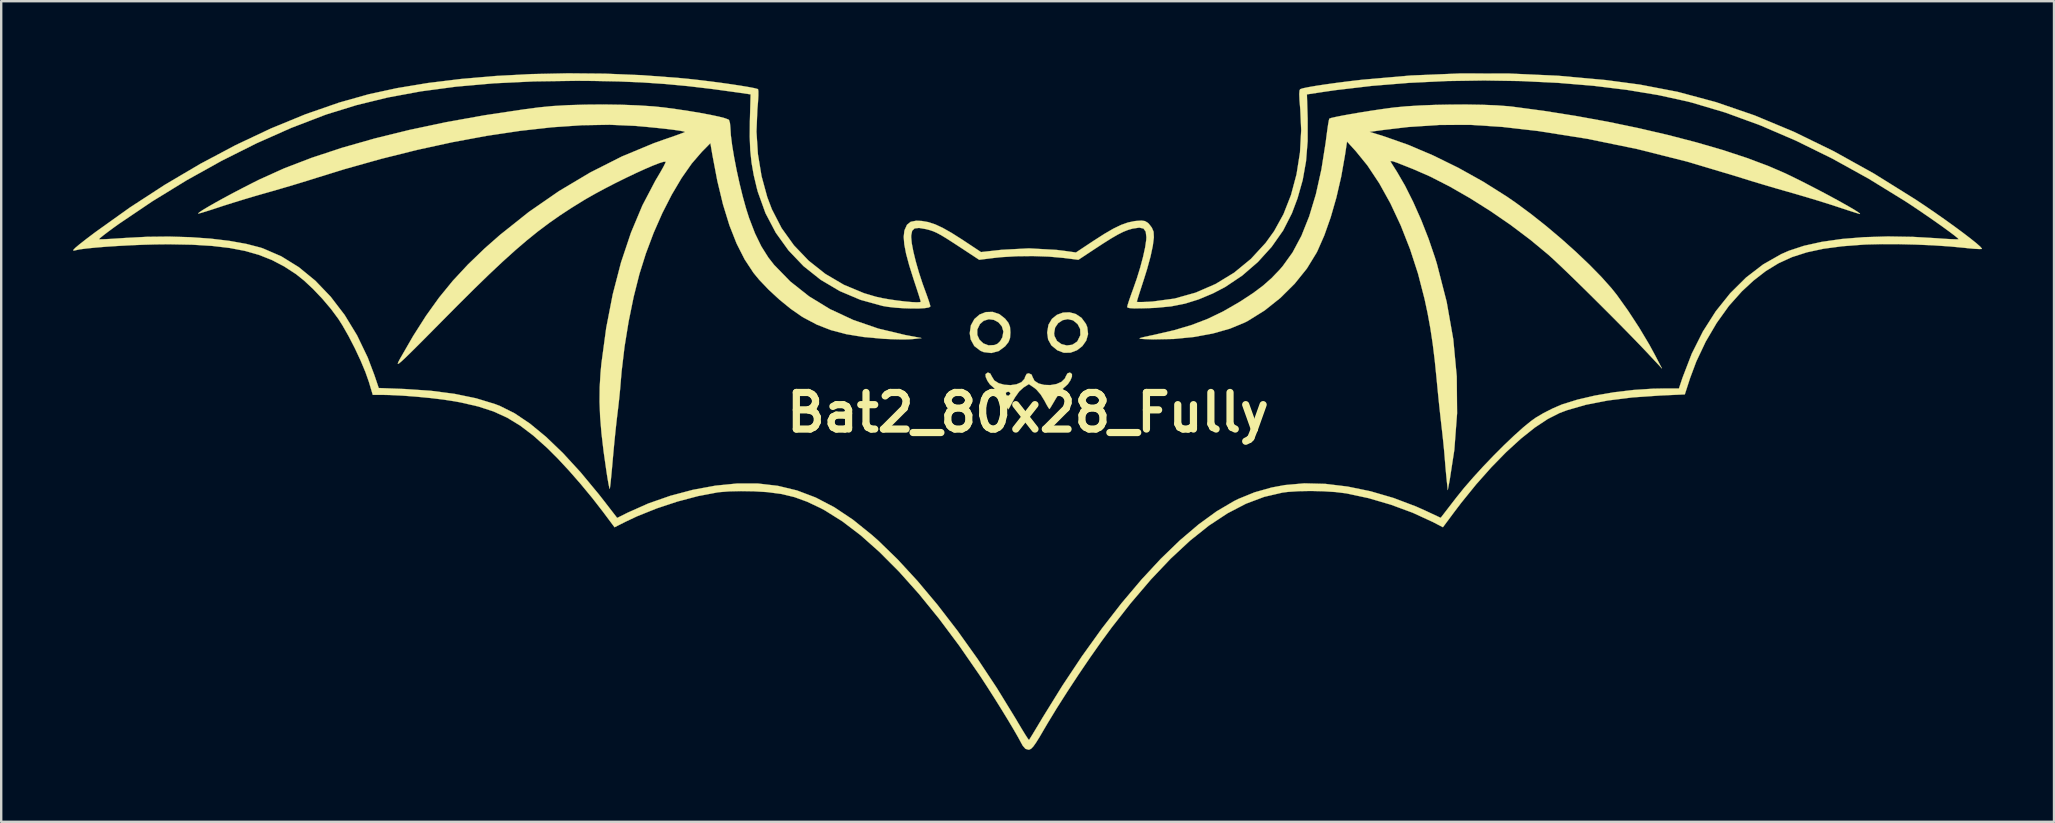
<source format=kicad_pcb>
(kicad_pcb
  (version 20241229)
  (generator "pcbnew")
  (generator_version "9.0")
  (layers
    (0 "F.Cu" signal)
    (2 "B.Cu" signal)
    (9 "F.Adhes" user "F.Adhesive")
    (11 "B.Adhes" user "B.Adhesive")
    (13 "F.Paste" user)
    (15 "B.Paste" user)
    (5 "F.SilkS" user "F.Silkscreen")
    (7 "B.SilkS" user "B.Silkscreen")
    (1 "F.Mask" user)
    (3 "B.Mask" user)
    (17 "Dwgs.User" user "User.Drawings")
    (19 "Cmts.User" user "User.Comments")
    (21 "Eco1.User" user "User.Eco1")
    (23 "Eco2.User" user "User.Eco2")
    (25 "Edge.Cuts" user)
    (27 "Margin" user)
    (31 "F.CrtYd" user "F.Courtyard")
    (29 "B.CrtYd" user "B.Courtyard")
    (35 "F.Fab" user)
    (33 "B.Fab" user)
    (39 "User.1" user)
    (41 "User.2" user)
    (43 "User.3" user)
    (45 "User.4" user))
  (footprint "Bat2_80x28_Fully"
    (layer "F.Cu")
    (at 39.782 14.137)
    (property "Reference" "Bat2_80x28_Fully" (at 0 0 0) (layer "F.SilkS") (effects (font (size 1.524 1.524) (thickness 0.3))))
    (attr through_hole)
    (fp_poly (pts (xy 1.996 -4.102) (xy 2.232 -3.943) (xy 2.414 -3.693) (xy 2.47 -3.556) (xy 2.504 -3.267) (xy 2.428 -2.998) (xy 2.266 -2.767) (xy 2.041 -2.593) (xy 1.776 -2.494) (xy 1.495 -2.488) (xy 1.224 -2.591) (xy 0.974 -2.797) (xy 0.838 -3.043) (xy 0.805 -3.297) (xy 1.088 -3.297) (xy 1.103 -3.189) (xy 1.207 -2.984) (xy 1.392 -2.85) (xy 1.618 -2.793) (xy 1.846 -2.823) (xy 2.039 -2.949) (xy 2.062 -2.976) (xy 2.182 -3.222) (xy 2.174 -3.478) (xy 2.068 -3.683) (xy 1.876 -3.84) (xy 1.658 -3.89) (xy 1.443 -3.846) (xy 1.257 -3.723) (xy 1.13 -3.536) (xy 1.088 -3.297) (xy 0.805 -3.297) (xy 0.8 -3.339) (xy 0.853 -3.655) (xy 0.997 -3.9) (xy 1.207 -4.07) (xy 1.46 -4.163) (xy 1.731 -4.174) (xy 1.996 -4.102)) (stroke (width 0.01) (type solid)) (fill yes) (layer "F.SilkS"))
    (fp_poly (pts (xy -1.188 -4.095) (xy -0.952 -3.908) (xy -0.814 -3.733) (xy -0.749 -3.568) (xy -0.733 -3.342) (xy -0.733 -3.333) (xy -0.748 -3.105) (xy -0.81 -2.938) (xy -0.946 -2.766) (xy -0.952 -2.759) (xy -1.217 -2.561) (xy -1.525 -2.478) (xy -1.846 -2.516) (xy -1.98 -2.571) (xy -2.238 -2.77) (xy -2.388 -3.046) (xy -2.427 -3.304) (xy -2.405 -3.456) (xy -2.112 -3.456) (xy -2.112 -3.231) (xy -2.02 -3.031) (xy -1.859 -2.879) (xy -1.648 -2.798) (xy -1.407 -2.81) (xy -1.271 -2.864) (xy -1.162 -2.969) (xy -1.068 -3.131) (xy -1.025 -3.373) (xy -1.087 -3.586) (xy -1.227 -3.753) (xy -1.419 -3.858) (xy -1.634 -3.886) (xy -1.847 -3.82) (xy -2.002 -3.683) (xy -2.112 -3.456) (xy -2.405 -3.456) (xy -2.379 -3.631) (xy -2.235 -3.893) (xy -2.019 -4.081) (xy -1.756 -4.184) (xy -1.471 -4.192) (xy -1.188 -4.095)) (stroke (width 0.01) (type solid)) (fill yes) (layer "F.SilkS"))
    (fp_poly (pts (xy -1.57 -1.623) (xy -1.506 -1.501) (xy -1.405 -1.336) (xy -1.22 -1.22) (xy -0.982 -1.155) (xy -0.723 -1.14) (xy -0.476 -1.176) (xy -0.273 -1.264) (xy -0.145 -1.403) (xy -0.121 -1.483) (xy -0.055 -1.609) (xy 0.033 -1.633) (xy 0.152 -1.579) (xy 0.188 -1.483) (xy 0.271 -1.32) (xy 0.444 -1.209) (xy 0.675 -1.15) (xy 0.933 -1.142) (xy 1.184 -1.185) (xy 1.397 -1.278) (xy 1.54 -1.421) (xy 1.573 -1.501) (xy 1.645 -1.63) (xy 1.747 -1.666) (xy 1.832 -1.602) (xy 1.832 -1.494) (xy 1.767 -1.338) (xy 1.662 -1.182) (xy 1.545 -1.073) (xy 1.535 -1.068) (xy 1.438 -0.977) (xy 1.306 -0.806) (xy 1.167 -0.59) (xy 1.162 -0.582) (xy 1.041 -0.376) (xy 0.947 -0.22) (xy 0.899 -0.145) (xy 0.898 -0.143) (xy 0.859 -0.185) (xy 0.78 -0.317) (xy 0.687 -0.492) (xy 0.529 -0.749) (xy 0.463 -0.826) (xy 0.808 -0.826) (xy 0.825 -0.734) (xy 0.843 -0.713) (xy 0.926 -0.699) (xy 0.993 -0.767) (xy 1 -0.804) (xy 0.946 -0.86) (xy 0.9 -0.867) (xy 0.808 -0.826) (xy 0.463 -0.826) (xy 0.348 -0.958) (xy 0.268 -1.023) (xy 0.037 -1.182) (xy -0.186 -1.041) (xy -0.368 -0.875) (xy -0.547 -0.622) (xy -0.605 -0.517) (xy -0.709 -0.321) (xy -0.786 -0.182) (xy -0.82 -0.133) (xy -0.859 -0.187) (xy -0.947 -0.327) (xy -1.065 -0.527) (xy -1.086 -0.565) (xy -1.225 -0.786) (xy -1.255 -0.826) (xy -0.925 -0.826) (xy -0.909 -0.734) (xy -0.891 -0.713) (xy -0.808 -0.699) (xy -0.74 -0.767) (xy -0.733 -0.804) (xy -0.787 -0.86) (xy -0.833 -0.867) (xy -0.925 -0.826) (xy -1.255 -0.826) (xy -1.359 -0.964) (xy -1.46 -1.063) (xy -1.466 -1.067) (xy -1.585 -1.169) (xy -1.692 -1.324) (xy -1.762 -1.482) (xy -1.769 -1.596) (xy -1.765 -1.602) (xy -1.671 -1.667) (xy -1.57 -1.623)) (stroke (width 0.01) (type solid)) (fill yes) (layer "F.SilkS"))
    (fp_poly (pts (xy 18.947 -12.82) (xy 19.526 -12.797) (xy 20.014 -12.761) (xy 20.167 -12.745) (xy 21.498 -12.567) (xy 22.827 -12.356) (xy 24.141 -12.117) (xy 25.424 -11.851) (xy 26.66 -11.564) (xy 27.835 -11.259) (xy 28.934 -10.94) (xy 29.942 -10.609) (xy 30.843 -10.272) (xy 31.477 -9.999) (xy 31.811 -9.841) (xy 32.183 -9.657) (xy 32.579 -9.456) (xy 32.982 -9.247) (xy 33.376 -9.038) (xy 33.745 -8.837) (xy 34.073 -8.654) (xy 34.345 -8.498) (xy 34.545 -8.375) (xy 34.657 -8.296) (xy 34.667 -8.269) (xy 34.595 -8.289) (xy 34.42 -8.343) (xy 34.166 -8.425) (xy 33.856 -8.527) (xy 33.733 -8.568) (xy 33.352 -8.692) (xy 32.889 -8.836) (xy 32.388 -8.987) (xy 31.896 -9.131) (xy 31.633 -9.206) (xy 31.168 -9.339) (xy 30.667 -9.487) (xy 30.177 -9.634) (xy 29.742 -9.769) (xy 29.533 -9.835) (xy 27.473 -10.451) (xy 25.388 -10.976) (xy 23.304 -11.404) (xy 21.248 -11.729) (xy 19.762 -11.899) (xy 18.455 -11.984) (xy 17.158 -11.982) (xy 15.83 -11.894) (xy 14.833 -11.776) (xy 14.233 -11.693) (xy 14.833 -11.507) (xy 15.83 -11.157) (xy 16.873 -10.714) (xy 17.929 -10.196) (xy 18.966 -9.618) (xy 19.951 -8.997) (xy 20.333 -8.733) (xy 20.957 -8.272) (xy 21.594 -7.767) (xy 22.224 -7.235) (xy 22.829 -6.694) (xy 23.39 -6.16) (xy 23.889 -5.651) (xy 24.306 -5.185) (xy 24.533 -4.901) (xy 25.004 -4.241) (xy 25.465 -3.535) (xy 25.883 -2.836) (xy 26.12 -2.4) (xy 26.415 -1.833) (xy 25.792 -2.5) (xy 25.492 -2.815) (xy 25.131 -3.188) (xy 24.724 -3.603) (xy 24.286 -4.045) (xy 23.833 -4.497) (xy 23.381 -4.946) (xy 22.945 -5.374) (xy 22.54 -5.768) (xy 22.182 -6.111) (xy 21.887 -6.388) (xy 21.683 -6.573) (xy 20.936 -7.192) (xy 20.126 -7.803) (xy 19.277 -8.388) (xy 18.415 -8.932) (xy 17.564 -9.42) (xy 16.751 -9.835) (xy 16.062 -10.136) (xy 15.791 -10.244) (xy 15.497 -10.36) (xy 15.396 -10.401) (xy 15.199 -10.469) (xy 15.108 -10.477) (xy 15.108 -10.451) (xy 15.17 -10.351) (xy 15.277 -10.181) (xy 15.371 -10.033) (xy 15.709 -9.451) (xy 16.051 -8.769) (xy 16.383 -8.021) (xy 16.69 -7.239) (xy 16.957 -6.457) (xy 17.037 -6.197) (xy 17.444 -4.613) (xy 17.72 -3.05) (xy 17.865 -1.502) (xy 17.879 0.032) (xy 17.764 1.558) (xy 17.573 2.8) (xy 17.491 3.233) (xy 17.448 2.833) (xy 17.421 2.559) (xy 17.391 2.224) (xy 17.365 1.901) (xy 17.365 1.9) (xy 17.341 1.612) (xy 17.305 1.243) (xy 17.262 0.845) (xy 17.226 0.533) (xy 17.183 0.151) (xy 17.133 -0.312) (xy 17.083 -0.802) (xy 17.038 -1.268) (xy 17.029 -1.367) (xy 16.949 -2.162) (xy 16.863 -2.862) (xy 16.766 -3.505) (xy 16.652 -4.129) (xy 16.523 -4.733) (xy 16.252 -5.783) (xy 15.919 -6.808) (xy 15.533 -7.79) (xy 15.103 -8.71) (xy 14.636 -9.551) (xy 14.142 -10.294) (xy 13.653 -10.895) (xy 13.293 -11.289) (xy 13.209 -10.728) (xy 13.051 -9.831) (xy 12.849 -8.956) (xy 12.612 -8.131) (xy 12.347 -7.381) (xy 12.063 -6.734) (xy 12.023 -6.656) (xy 11.622 -6) (xy 11.111 -5.365) (xy 10.516 -4.774) (xy 9.861 -4.252) (xy 9.171 -3.822) (xy 9.033 -3.75) (xy 8.416 -3.494) (xy 7.7 -3.291) (xy 6.91 -3.146) (xy 6.072 -3.063) (xy 5.21 -3.046) (xy 4.833 -3.06) (xy 4.702 -3.07) (xy 4.647 -3.083) (xy 4.681 -3.105) (xy 4.816 -3.141) (xy 5.062 -3.195) (xy 5.267 -3.238) (xy 6.09 -3.429) (xy 6.817 -3.645) (xy 7.484 -3.9) (xy 8.126 -4.209) (xy 8.779 -4.585) (xy 8.886 -4.651) (xy 9.386 -4.98) (xy 9.797 -5.288) (xy 10.153 -5.603) (xy 10.488 -5.953) (xy 10.615 -6.1) (xy 11.026 -6.672) (xy 11.395 -7.365) (xy 11.718 -8.175) (xy 11.996 -9.096) (xy 12.225 -10.124) (xy 12.404 -11.254) (xy 12.425 -11.422) (xy 12.466 -11.732) (xy 12.503 -11.99) (xy 12.535 -12.169) (xy 12.555 -12.243) (xy 12.638 -12.273) (xy 12.831 -12.317) (xy 13.112 -12.373) (xy 13.458 -12.435) (xy 13.849 -12.502) (xy 14.262 -12.568) (xy 14.674 -12.63) (xy 15.064 -12.684) (xy 15.267 -12.71) (xy 15.753 -12.756) (xy 16.33 -12.792) (xy 16.969 -12.817) (xy 17.638 -12.83) (xy 18.308 -12.831) (xy 18.947 -12.82)) (stroke (width 0.01) (type solid)) (fill yes) (layer "F.SilkS"))
    (fp_poly (pts (xy -16.934 -12.822) (xy -16.225 -12.795) (xy -15.587 -12.753) (xy -15.167 -12.709) (xy -14.63 -12.636) (xy -14.116 -12.559) (xy -13.642 -12.479) (xy -13.225 -12.401) (xy -12.882 -12.328) (xy -12.629 -12.262) (xy -12.484 -12.208) (xy -12.457 -12.187) (xy -12.418 -12.062) (xy -12.401 -11.883) (xy -12.401 -11.883) (xy -12.381 -11.556) (xy -12.327 -11.131) (xy -12.244 -10.635) (xy -12.14 -10.096) (xy -12.019 -9.544) (xy -11.887 -9.006) (xy -11.75 -8.511) (xy -11.622 -8.108) (xy -11.375 -7.465) (xy -11.113 -6.926) (xy -10.82 -6.46) (xy -10.577 -6.149) (xy -9.901 -5.456) (xy -9.122 -4.84) (xy -8.246 -4.305) (xy -7.281 -3.856) (xy -6.236 -3.496) (xy -5.117 -3.229) (xy -5.1 -3.226) (xy -4.433 -3.1) (xy -4.8 -3.059) (xy -5.011 -3.047) (xy -5.315 -3.045) (xy -5.67 -3.054) (xy -6.033 -3.071) (xy -6.857 -3.146) (xy -7.576 -3.265) (xy -8.215 -3.434) (xy -8.797 -3.661) (xy -9.347 -3.952) (xy -9.443 -4.011) (xy -9.889 -4.322) (xy -10.356 -4.702) (xy -10.807 -5.118) (xy -11.204 -5.535) (xy -11.437 -5.819) (xy -11.808 -6.383) (xy -12.141 -7.04) (xy -12.44 -7.799) (xy -12.707 -8.667) (xy -12.944 -9.651) (xy -13.149 -10.728) (xy -13.233 -11.222) (xy -13.589 -10.861) (xy -14.01 -10.373) (xy -14.431 -9.772) (xy -14.843 -9.077) (xy -15.236 -8.308) (xy -15.599 -7.483) (xy -15.922 -6.623) (xy -16.191 -5.767) (xy -16.431 -4.815) (xy -16.641 -3.786) (xy -16.811 -2.735) (xy -16.932 -1.715) (xy -16.967 -1.3) (xy -16.995 -0.962) (xy -17.035 -0.558) (xy -17.081 -0.151) (xy -17.104 0.033) (xy -17.142 0.357) (xy -17.187 0.771) (xy -17.234 1.234) (xy -17.278 1.704) (xy -17.301 1.963) (xy -17.335 2.347) (xy -17.367 2.682) (xy -17.394 2.948) (xy -17.415 3.122) (xy -17.427 3.182) (xy -17.445 3.131) (xy -17.478 2.972) (xy -17.52 2.734) (xy -17.559 2.486) (xy -17.682 1.623) (xy -17.771 0.864) (xy -17.827 0.182) (xy -17.851 -0.448) (xy -17.845 -1.051) (xy -17.81 -1.653) (xy -17.772 -2.054) (xy -17.574 -3.523) (xy -17.301 -4.926) (xy -16.957 -6.252) (xy -16.543 -7.49) (xy -16.065 -8.63) (xy -15.524 -9.662) (xy -15.445 -9.794) (xy -15.295 -10.049) (xy -15.178 -10.259) (xy -15.108 -10.401) (xy -15.094 -10.45) (xy -15.179 -10.448) (xy -15.363 -10.391) (xy -15.631 -10.287) (xy -15.964 -10.144) (xy -16.346 -9.97) (xy -16.759 -9.773) (xy -17.186 -9.562) (xy -17.61 -9.343) (xy -18.014 -9.126) (xy -18.38 -8.919) (xy -18.5 -8.848) (xy -19.008 -8.534) (xy -19.487 -8.221) (xy -19.949 -7.898) (xy -20.408 -7.554) (xy -20.874 -7.178) (xy -21.36 -6.762) (xy -21.879 -6.294) (xy -22.443 -5.764) (xy -23.063 -5.162) (xy -23.752 -4.477) (xy -24.224 -4.001) (xy -24.732 -3.488) (xy -25.153 -3.063) (xy -25.495 -2.721) (xy -25.764 -2.455) (xy -25.966 -2.258) (xy -26.11 -2.126) (xy -26.202 -2.05) (xy -26.249 -2.026) (xy -26.257 -2.047) (xy -26.234 -2.106) (xy -26.187 -2.197) (xy -26.162 -2.243) (xy -25.618 -3.187) (xy -25.083 -4.027) (xy -24.538 -4.787) (xy -23.962 -5.492) (xy -23.334 -6.167) (xy -22.636 -6.839) (xy -22.001 -7.398) (xy -20.799 -8.355) (xy -19.54 -9.226) (xy -18.24 -10) (xy -16.919 -10.668) (xy -15.596 -11.218) (xy -15.178 -11.367) (xy -14.862 -11.475) (xy -14.594 -11.57) (xy -14.398 -11.642) (xy -14.298 -11.683) (xy -14.291 -11.687) (xy -14.337 -11.709) (xy -14.497 -11.74) (xy -14.753 -11.777) (xy -15.087 -11.818) (xy -15.479 -11.86) (xy -15.91 -11.902) (xy -16.363 -11.942) (xy -16.382 -11.943) (xy -17.433 -11.989) (xy -18.587 -11.969) (xy -19.831 -11.884) (xy -21.151 -11.737) (xy -22.537 -11.53) (xy -23.975 -11.264) (xy -25.453 -10.942) (xy -26.959 -10.566) (xy -28.48 -10.138) (xy -29.567 -9.802) (xy -30 -9.666) (xy -30.507 -9.511) (xy -31.037 -9.354) (xy -31.534 -9.21) (xy -31.7 -9.163) (xy -32.155 -9.033) (xy -32.645 -8.887) (xy -33.123 -8.74) (xy -33.541 -8.608) (xy -33.695 -8.557) (xy -34.011 -8.453) (xy -34.277 -8.369) (xy -34.471 -8.311) (xy -34.57 -8.288) (xy -34.577 -8.288) (xy -34.537 -8.333) (xy -34.394 -8.43) (xy -34.164 -8.568) (xy -33.864 -8.74) (xy -33.509 -8.936) (xy -33.116 -9.147) (xy -32.7 -9.364) (xy -32.279 -9.579) (xy -32.021 -9.708) (xy -30.993 -10.172) (xy -29.843 -10.613) (xy -28.582 -11.029) (xy -27.221 -11.417) (xy -25.769 -11.774) (xy -24.238 -12.098) (xy -22.638 -12.385) (xy -20.979 -12.634) (xy -20.367 -12.714) (xy -19.809 -12.768) (xy -19.152 -12.806) (xy -18.432 -12.827) (xy -17.681 -12.833) (xy -16.934 -12.822)) (stroke (width 0.01) (type solid)) (fill yes) (layer "F.SilkS"))
    (fp_poly (pts (xy -17.631 -14.118) (xy -16.098 -14.055) (xy -14.589 -13.943) (xy -14.133 -13.899) (xy -13.7 -13.851) (xy -13.247 -13.796) (xy -12.796 -13.737) (xy -12.366 -13.676) (xy -11.979 -13.617) (xy -11.653 -13.563) (xy -11.411 -13.517) (xy -11.272 -13.481) (xy -11.248 -13.47) (xy -11.235 -13.389) (xy -11.235 -13.204) (xy -11.249 -12.94) (xy -11.275 -12.626) (xy -11.276 -12.612) (xy -11.313 -11.701) (xy -11.253 -10.766) (xy -11.101 -9.845) (xy -10.863 -8.973) (xy -10.671 -8.467) (xy -10.266 -7.682) (xy -9.752 -6.965) (xy -9.141 -6.327) (xy -8.444 -5.775) (xy -7.67 -5.32) (xy -6.832 -4.971) (xy -6.334 -4.823) (xy -6.075 -4.766) (xy -5.77 -4.712) (xy -5.446 -4.665) (xy -5.131 -4.627) (xy -4.849 -4.601) (xy -4.628 -4.591) (xy -4.494 -4.599) (xy -4.467 -4.615) (xy -4.487 -4.688) (xy -4.541 -4.864) (xy -4.623 -5.118) (xy -4.725 -5.427) (xy -4.763 -5.542) (xy -4.949 -6.132) (xy -5.079 -6.616) (xy -5.154 -7.006) (xy -5.178 -7.317) (xy -5.152 -7.56) (xy -5.139 -7.607) (xy -5.04 -7.823) (xy -4.887 -7.946) (xy -4.656 -7.991) (xy -4.422 -7.98) (xy -4.154 -7.933) (xy -3.872 -7.841) (xy -3.554 -7.693) (xy -3.179 -7.481) (xy -2.726 -7.194) (xy -2.662 -7.151) (xy -1.957 -6.684) (xy -1.095 -6.779) (xy 0.04 -6.839) (xy 1.198 -6.774) (xy 1.549 -6.73) (xy 1.998 -6.667) (xy 2.716 -7.143) (xy 3.177 -7.439) (xy 3.559 -7.661) (xy 3.88 -7.816) (xy 4.165 -7.917) (xy 4.433 -7.973) (xy 4.502 -7.981) (xy 4.728 -7.996) (xy 4.872 -7.976) (xy 4.984 -7.91) (xy 5.032 -7.868) (xy 5.16 -7.703) (xy 5.233 -7.533) (xy 5.245 -7.295) (xy 5.201 -6.947) (xy 5.106 -6.501) (xy 4.96 -5.968) (xy 4.826 -5.539) (xy 4.721 -5.215) (xy 4.632 -4.939) (xy 4.568 -4.734) (xy 4.536 -4.624) (xy 4.533 -4.612) (xy 4.595 -4.603) (xy 4.761 -4.603) (xy 5.004 -4.612) (xy 5.187 -4.623) (xy 6.106 -4.747) (xy 6.987 -4.994) (xy 7.819 -5.356) (xy 8.59 -5.826) (xy 9.288 -6.399) (xy 9.902 -7.066) (xy 10.254 -7.554) (xy 10.645 -8.262) (xy 10.958 -9.059) (xy 11.189 -9.924) (xy 11.333 -10.833) (xy 11.384 -11.765) (xy 11.345 -12.63) (xy 11.314 -13.007) (xy 11.303 -13.265) (xy 11.314 -13.416) (xy 11.341 -13.471) (xy 11.453 -13.508) (xy 11.679 -13.555) (xy 12.003 -13.611) (xy 12.408 -13.672) (xy 12.875 -13.737) (xy 13.387 -13.802) (xy 13.927 -13.865) (xy 13.933 -13.865) (xy 15.947 -14.041) (xy 17.997 -14.126) (xy 20.054 -14.123) (xy 22.09 -14.031) (xy 24.076 -13.851) (xy 25.5 -13.661) (xy 27.073 -13.359) (xy 28.665 -12.931) (xy 30.278 -12.377) (xy 31.913 -11.695) (xy 33.572 -10.886) (xy 35.257 -9.949) (xy 36.967 -8.883) (xy 37.388 -8.603) (xy 37.812 -8.312) (xy 38.226 -8.022) (xy 38.616 -7.741) (xy 38.969 -7.48) (xy 39.271 -7.249) (xy 39.511 -7.057) (xy 39.673 -6.914) (xy 39.745 -6.831) (xy 39.742 -6.814) (xy 39.644 -6.81) (xy 39.446 -6.82) (xy 39.183 -6.843) (xy 39.013 -6.862) (xy 38.418 -6.918) (xy 37.735 -6.964) (xy 37.007 -6.996) (xy 36.275 -7.014) (xy 35.581 -7.016) (xy 34.966 -7.001) (xy 34.826 -6.995) (xy 33.93 -6.927) (xy 33.145 -6.823) (xy 32.453 -6.674) (xy 31.834 -6.475) (xy 31.27 -6.217) (xy 30.741 -5.893) (xy 30.229 -5.496) (xy 29.746 -5.049) (xy 29.203 -4.44) (xy 28.694 -3.73) (xy 28.235 -2.948) (xy 27.845 -2.124) (xy 27.587 -1.433) (xy 27.367 -0.754) (xy 26.333 -0.707) (xy 25.187 -0.628) (xy 24.16 -0.5) (xy 23.254 -0.324) (xy 22.47 -0.099) (xy 22.152 0.02) (xy 21.657 0.27) (xy 21.114 0.63) (xy 20.534 1.093) (xy 19.927 1.647) (xy 19.304 2.285) (xy 18.673 2.995) (xy 18.046 3.77) (xy 17.768 4.136) (xy 17.289 4.78) (xy 16.861 4.559) (xy 16.033 4.178) (xy 15.126 3.843) (xy 14.192 3.569) (xy 13.283 3.374) (xy 13.233 3.366) (xy 12.809 3.314) (xy 12.311 3.282) (xy 11.786 3.27) (xy 11.276 3.279) (xy 10.826 3.309) (xy 10.6 3.338) (xy 9.844 3.514) (xy 9.085 3.799) (xy 8.319 4.197) (xy 7.543 4.708) (xy 6.754 5.337) (xy 5.948 6.086) (xy 5.122 6.957) (xy 4.273 7.953) (xy 3.48 8.967) (xy 3.051 9.551) (xy 2.587 10.211) (xy 2.109 10.915) (xy 1.64 11.628) (xy 1.201 12.317) (xy 0.816 12.95) (xy 0.685 13.173) (xy 0.484 13.517) (xy 0.332 13.76) (xy 0.219 13.919) (xy 0.132 14.008) (xy 0.058 14.046) (xy 0.02 14.05) (xy -0.106 14.013) (xy -0.217 13.886) (xy -0.279 13.775) (xy -0.411 13.531) (xy -0.603 13.198) (xy -0.84 12.801) (xy -1.109 12.362) (xy -1.395 11.904) (xy -1.685 11.45) (xy -1.963 11.023) (xy -2.023 10.933) (xy -2.867 9.713) (xy -3.709 8.586) (xy -4.544 7.559) (xy -5.369 6.635) (xy -6.179 5.821) (xy -6.968 5.119) (xy -7.733 4.536) (xy -8.469 4.075) (xy -8.637 3.985) (xy -9.201 3.718) (xy -9.732 3.525) (xy -10.271 3.395) (xy -10.863 3.317) (xy -11.409 3.284) (xy -11.96 3.275) (xy -12.457 3.287) (xy -12.865 3.32) (xy -12.942 3.33) (xy -13.748 3.483) (xy -14.606 3.71) (xy -15.469 3.996) (xy -16.289 4.325) (xy -16.772 4.553) (xy -17.226 4.782) (xy -17.705 4.141) (xy -18.147 3.571) (xy -18.63 2.987) (xy -19.124 2.422) (xy -19.602 1.908) (xy -20.027 1.484) (xy -20.607 0.965) (xy -21.155 0.548) (xy -21.7 0.216) (xy -22.273 -0.045) (xy -22.906 -0.251) (xy -23.63 -0.418) (xy -23.896 -0.467) (xy -24.359 -0.538) (xy -24.906 -0.604) (xy -25.491 -0.66) (xy -26.066 -0.703) (xy -26.586 -0.728) (xy -26.867 -0.734) (xy -27.3 -0.734) (xy -27.461 -1.272) (xy -27.605 -1.682) (xy -27.806 -2.163) (xy -28.045 -2.674) (xy -28.305 -3.178) (xy -28.565 -3.635) (xy -28.735 -3.902) (xy -29.037 -4.31) (xy -29.397 -4.735) (xy -29.785 -5.144) (xy -30.168 -5.502) (xy -30.5 -5.767) (xy -30.991 -6.086) (xy -31.497 -6.351) (xy -32.035 -6.565) (xy -32.619 -6.732) (xy -33.267 -6.856) (xy -33.994 -6.941) (xy -34.818 -6.991) (xy -35.754 -7.009) (xy -35.867 -7.009) (xy -36.342 -7.004) (xy -36.854 -6.99) (xy -37.384 -6.968) (xy -37.908 -6.94) (xy -38.405 -6.908) (xy -38.854 -6.871) (xy -39.234 -6.833) (xy -39.522 -6.795) (xy -39.692 -6.758) (xy -39.771 -6.743) (xy -39.777 -6.773) (xy -39.7 -6.855) (xy -39.536 -6.994) (xy -39.277 -7.197) (xy -39.248 -7.22) (xy -38.708 -7.22) (xy -38.708 -7.219) (xy -38.637 -7.216) (xy -38.455 -7.221) (xy -38.187 -7.235) (xy -37.855 -7.256) (xy -37.625 -7.272) (xy -36.709 -7.32) (xy -35.794 -7.33) (xy -34.903 -7.304) (xy -34.054 -7.244) (xy -33.27 -7.15) (xy -32.571 -7.025) (xy -31.977 -6.871) (xy -31.875 -6.837) (xy -31.112 -6.507) (xy -30.382 -6.055) (xy -29.693 -5.491) (xy -29.053 -4.823) (xy -28.471 -4.062) (xy -27.955 -3.215) (xy -27.512 -2.294) (xy -27.234 -1.56) (xy -27.051 -1.02) (xy -25.976 -0.979) (xy -24.889 -0.906) (xy -23.893 -0.777) (xy -22.997 -0.592) (xy -22.212 -0.353) (xy -21.999 -0.271) (xy -21.393 0.032) (xy -20.753 0.462) (xy -20.08 1.016) (xy -19.375 1.693) (xy -18.641 2.492) (xy -17.88 3.41) (xy -17.675 3.672) (xy -17.117 4.393) (xy -16.675 4.172) (xy -15.817 3.79) (xy -14.902 3.471) (xy -13.96 3.221) (xy -13.021 3.048) (xy -12.114 2.958) (xy -11.269 2.958) (xy -11.255 2.959) (xy -10.421 3.056) (xy -9.621 3.249) (xy -8.843 3.544) (xy -8.073 3.946) (xy -7.298 4.463) (xy -6.506 5.101) (xy -6.235 5.341) (xy -5.434 6.119) (xy -4.61 7.013) (xy -3.774 8.009) (xy -2.936 9.096) (xy -2.106 10.259) (xy -1.293 11.486) (xy -0.509 12.764) (xy -0.424 12.909) (xy -0.258 13.187) (xy -0.117 13.417) (xy -0.014 13.576) (xy 0.04 13.645) (xy 0.043 13.646) (xy 0.083 13.584) (xy 0.18 13.427) (xy 0.32 13.195) (xy 0.493 12.907) (xy 0.62 12.695) (xy 1.429 11.389) (xy 2.248 10.158) (xy 3.074 9.007) (xy 3.9 7.943) (xy 4.721 6.971) (xy 5.533 6.096) (xy 6.33 5.326) (xy 7.107 4.665) (xy 7.858 4.119) (xy 8.58 3.694) (xy 8.762 3.603) (xy 9.439 3.327) (xy 10.151 3.126) (xy 10.7 3.024) (xy 11.511 2.952) (xy 12.391 2.974) (xy 13.318 3.086) (xy 14.272 3.282) (xy 15.229 3.561) (xy 16.169 3.917) (xy 16.548 4.086) (xy 17.196 4.389) (xy 17.847 3.545) (xy 18.172 3.141) (xy 18.552 2.704) (xy 18.967 2.249) (xy 19.401 1.796) (xy 19.835 1.362) (xy 20.252 0.965) (xy 20.633 0.623) (xy 20.962 0.354) (xy 21.159 0.214) (xy 21.482 0.024) (xy 21.856 -0.166) (xy 22.208 -0.318) (xy 22.259 -0.338) (xy 22.892 -0.535) (xy 23.622 -0.705) (xy 24.413 -0.842) (xy 25.231 -0.939) (xy 26.039 -0.992) (xy 26.473 -1) (xy 27.122 -1) (xy 27.272 -1.45) (xy 27.656 -2.448) (xy 28.12 -3.373) (xy 28.657 -4.217) (xy 29.26 -4.97) (xy 29.92 -5.624) (xy 30.631 -6.17) (xy 31.385 -6.599) (xy 31.707 -6.74) (xy 32.334 -6.946) (xy 33.074 -7.11) (xy 33.913 -7.23) (xy 34.836 -7.305) (xy 35.83 -7.335) (xy 36.882 -7.317) (xy 37.824 -7.263) (xy 38.16 -7.239) (xy 38.445 -7.223) (xy 38.655 -7.215) (xy 38.765 -7.217) (xy 38.775 -7.219) (xy 38.735 -7.267) (xy 38.6 -7.377) (xy 38.388 -7.537) (xy 38.114 -7.736) (xy 37.795 -7.962) (xy 37.447 -8.203) (xy 37.088 -8.448) (xy 36.733 -8.685) (xy 36.523 -8.822) (xy 35.018 -9.747) (xy 33.507 -10.583) (xy 32.002 -11.324) (xy 30.517 -11.963) (xy 29.064 -12.495) (xy 27.655 -12.914) (xy 27.48 -12.959) (xy 26.273 -13.224) (xy 24.958 -13.442) (xy 23.556 -13.613) (xy 22.085 -13.735) (xy 20.563 -13.809) (xy 19.008 -13.834) (xy 17.439 -13.81) (xy 15.876 -13.735) (xy 14.335 -13.61) (xy 12.835 -13.434) (xy 12.328 -13.361) (xy 11.622 -13.254) (xy 11.653 -12.232) (xy 11.652 -11.307) (xy 11.585 -10.469) (xy 11.446 -9.686) (xy 11.231 -8.926) (xy 10.995 -8.298) (xy 10.631 -7.584) (xy 10.152 -6.902) (xy 9.578 -6.269) (xy 8.926 -5.705) (xy 8.216 -5.229) (xy 7.709 -4.964) (xy 7.108 -4.712) (xy 6.543 -4.536) (xy 5.965 -4.422) (xy 5.324 -4.361) (xy 5.083 -4.35) (xy 4.69 -4.339) (xy 4.415 -4.338) (xy 4.24 -4.349) (xy 4.152 -4.372) (xy 4.133 -4.399) (xy 4.156 -4.493) (xy 4.216 -4.681) (xy 4.304 -4.932) (xy 4.374 -5.124) (xy 4.534 -5.58) (xy 4.677 -6.044) (xy 4.795 -6.486) (xy 4.881 -6.878) (xy 4.927 -7.191) (xy 4.933 -7.306) (xy 4.906 -7.534) (xy 4.813 -7.663) (xy 4.639 -7.703) (xy 4.367 -7.663) (xy 4.352 -7.66) (xy 4.166 -7.606) (xy 3.972 -7.529) (xy 3.749 -7.417) (xy 3.477 -7.26) (xy 3.135 -7.045) (xy 2.767 -6.804) (xy 2.1 -6.363) (xy 1.467 -6.442) (xy 0.871 -6.495) (xy 0.203 -6.518) (xy -0.48 -6.51) (xy -1.118 -6.472) (xy -1.4 -6.442) (xy -2.033 -6.363) (xy -2.7 -6.802) (xy -3.09 -7.057) (xy -3.389 -7.249) (xy -3.619 -7.388) (xy -3.801 -7.486) (xy -3.954 -7.553) (xy -4.099 -7.601) (xy -4.253 -7.641) (xy -4.539 -7.69) (xy -4.723 -7.67) (xy -4.826 -7.572) (xy -4.865 -7.385) (xy -4.867 -7.305) (xy -4.843 -7.051) (xy -4.776 -6.702) (xy -4.675 -6.289) (xy -4.546 -5.84) (xy -4.397 -5.384) (xy -4.302 -5.121) (xy -4.202 -4.848) (xy -4.123 -4.619) (xy -4.076 -4.463) (xy -4.067 -4.417) (xy -4.129 -4.376) (xy -4.297 -4.349) (xy -4.546 -4.334) (xy -4.85 -4.333) (xy -5.183 -4.344) (xy -5.519 -4.367) (xy -5.832 -4.402) (xy -6.053 -4.439) (xy -6.982 -4.695) (xy -7.846 -5.061) (xy -8.639 -5.531) (xy -9.352 -6.098) (xy -9.978 -6.754) (xy -10.509 -7.492) (xy -10.937 -8.305) (xy -11.254 -9.186) (xy -11.294 -9.333) (xy -11.427 -9.891) (xy -11.518 -10.409) (xy -11.572 -10.928) (xy -11.594 -11.493) (xy -11.588 -12.145) (xy -11.587 -12.166) (xy -11.557 -13.255) (xy -12.062 -13.329) (xy -13.152 -13.479) (xy -14.158 -13.598) (xy -15.119 -13.688) (xy -16.073 -13.753) (xy -17.06 -13.794) (xy -18.117 -13.815) (xy -18.8 -13.82) (xy -20.587 -13.795) (xy -22.259 -13.715) (xy -23.826 -13.577) (xy -25.295 -13.381) (xy -26.673 -13.126) (xy -27.969 -12.81) (xy -29.19 -12.433) (xy -29.3 -12.395) (xy -30.699 -11.858) (xy -32.14 -11.218) (xy -33.601 -10.486) (xy -35.058 -9.675) (xy -36.49 -8.796) (xy -37.872 -7.863) (xy -38.083 -7.712) (xy -38.332 -7.529) (xy -38.532 -7.376) (xy -38.664 -7.268) (xy -38.708 -7.22) (xy -39.248 -7.22) (xy -38.917 -7.47) (xy -38.846 -7.523) (xy -37.419 -8.542) (xy -35.962 -9.489) (xy -34.488 -10.358) (xy -33.011 -11.142) (xy -31.544 -11.834) (xy -30.101 -12.427) (xy -28.694 -12.915) (xy -27.467 -13.26) (xy -26.29 -13.515) (xy -25.005 -13.728) (xy -23.632 -13.896) (xy -22.189 -14.021) (xy -20.695 -14.1) (xy -19.17 -14.132) (xy -17.631 -14.118)) (stroke (width 0.01) (type solid)) (fill yes) (layer "F.SilkS")))
  (gr_rect
    (start -3 -3)
    (end 82.532 31.192)
    (stroke (width 0.1) (type default))
    (fill no)
    (layer "Edge.Cuts")))
</source>
